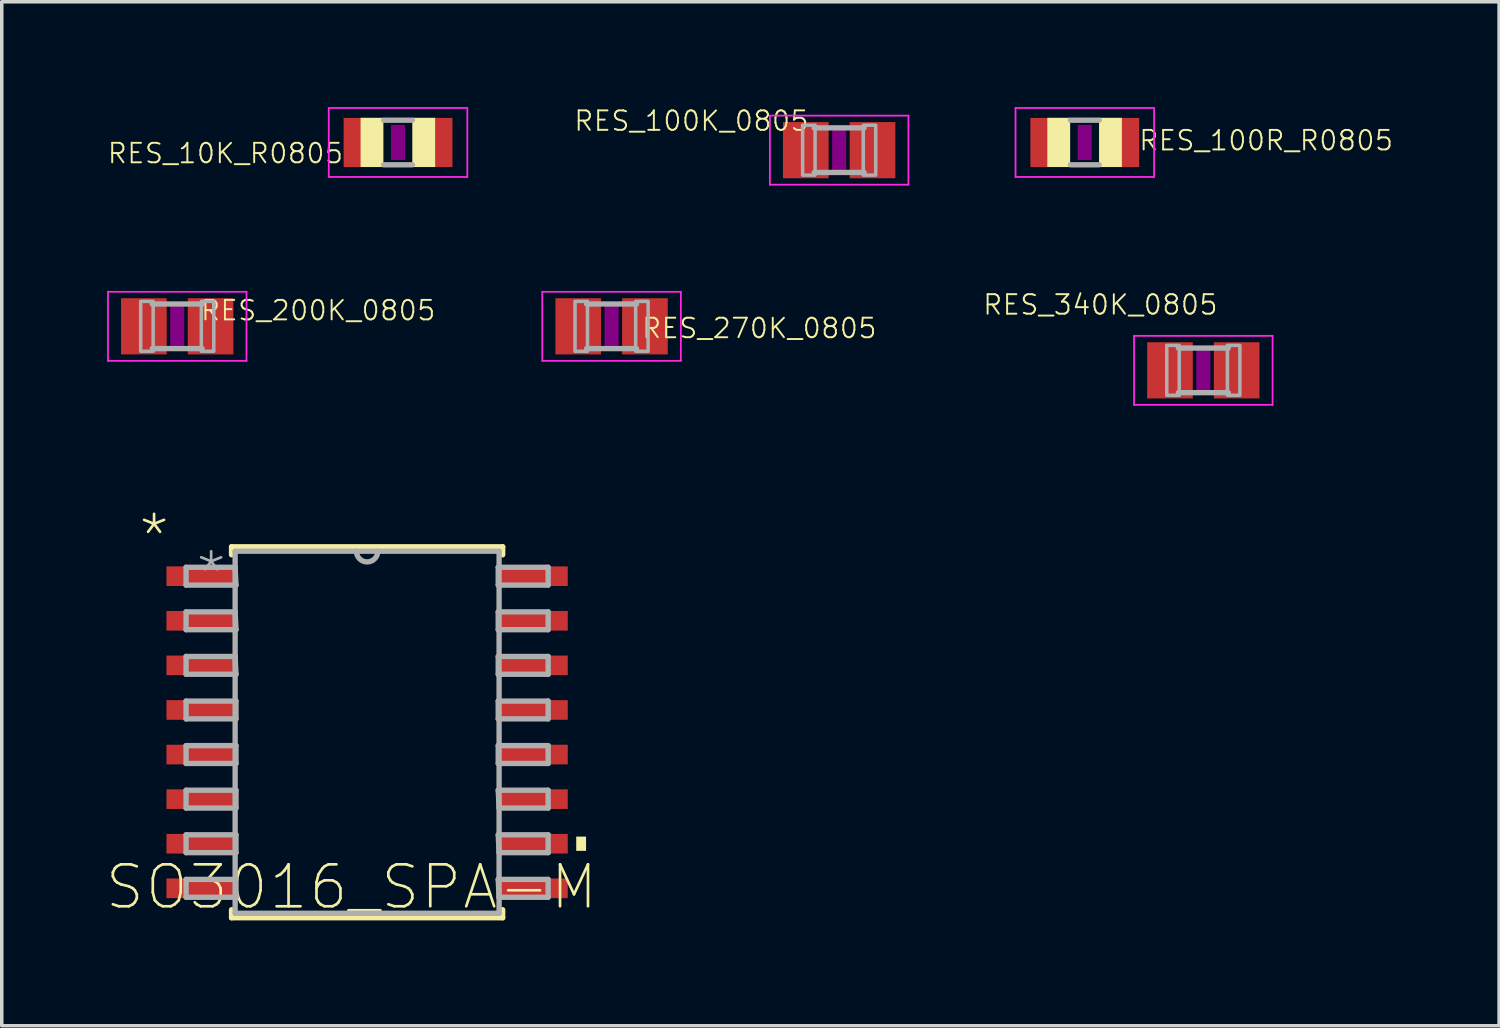
<source format=kicad_pcb>
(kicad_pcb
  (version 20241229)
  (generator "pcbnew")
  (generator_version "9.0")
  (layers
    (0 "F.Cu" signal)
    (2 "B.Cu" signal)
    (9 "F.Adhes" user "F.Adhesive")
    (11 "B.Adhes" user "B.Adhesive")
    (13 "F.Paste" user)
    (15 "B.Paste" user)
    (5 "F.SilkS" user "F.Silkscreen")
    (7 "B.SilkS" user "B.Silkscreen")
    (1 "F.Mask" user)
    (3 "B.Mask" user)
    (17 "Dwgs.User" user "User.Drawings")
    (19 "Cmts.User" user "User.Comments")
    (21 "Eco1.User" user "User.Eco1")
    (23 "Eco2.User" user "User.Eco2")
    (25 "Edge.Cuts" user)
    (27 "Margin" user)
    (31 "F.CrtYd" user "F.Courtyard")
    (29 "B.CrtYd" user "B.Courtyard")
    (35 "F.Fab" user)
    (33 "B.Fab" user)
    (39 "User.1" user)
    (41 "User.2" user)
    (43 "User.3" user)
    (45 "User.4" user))
  (footprint "RES_270K_0805"
    (layer "F.Cu")
    (at 14.369 6.244)
    (property "Reference" "RES_270K_0805" (at 0.828 0.381 0) (layer "F.SilkS") (effects (font (size 0.555 0.555) (thickness 0.055)) (justify left bottom)))
    (fp_poly (pts (xy -0.2 0.6) (xy 0.2 0.6) (xy 0.2 -0.6) (xy -0.2 -0.6)) (stroke (width 0) (type default)) (fill yes) (layer "F.Adhes"))
    (fp_line (start -1.973 -0.983) (end 1.973 -0.983) (stroke (width 0.051) (type solid)) (layer "F.CrtYd"))
    (fp_line (start -1.973 0.983) (end -1.973 -0.983) (stroke (width 0.051) (type solid)) (layer "F.CrtYd"))
    (fp_line (start 1.973 -0.983) (end 1.973 0.983) (stroke (width 0.051) (type solid)) (layer "F.CrtYd"))
    (fp_line (start 1.973 0.983) (end -1.973 0.983) (stroke (width 0.051) (type solid)) (layer "F.CrtYd"))
    (fp_line (start 0.711 -0.635) (end -0.711 -0.635) (stroke (width 0.152) (type solid)) (layer "F.Fab"))
    (fp_line (start 0.711 0.635) (end -0.711 0.635) (stroke (width 0.152) (type solid)) (layer "F.Fab"))
    (fp_poly (pts (xy -1.041 0.711) (xy -0.686 0.711) (xy -0.686 -0.711) (xy -1.041 -0.711)) (stroke (width 0.1) (type default)) (fill no) (layer "F.Fab"))
    (fp_poly (pts (xy 0.686 0.711) (xy 1.041 0.711) (xy 1.041 -0.711) (xy 0.686 -0.711)) (stroke (width 0.1) (type default)) (fill no) (layer "F.Fab"))
    (pad "1" smd rect (at -0.95 0) (size 1.3 1.6) (layers "F.Cu" "F.Mask" "F.Paste"))
    (pad "2" smd rect (at 0.95 0) (size 1.3 1.6) (layers "F.Cu" "F.Mask" "F.Paste")))
  (footprint "RES_340K_0805"
    (layer "F.Cu")
    (at 31.223 7.498)
    (property "Reference" "RES_340K_0805" (at 0.447 -1.543 0) (layer "F.SilkS") (effects (font (size 0.555 0.555) (thickness 0.055)) (justify right bottom)))
    (fp_poly (pts (xy -0.2 0.6) (xy 0.2 0.6) (xy 0.2 -0.6) (xy -0.2 -0.6)) (stroke (width 0) (type default)) (fill yes) (layer "F.Adhes"))
    (fp_line (start -1.973 -0.983) (end 1.973 -0.983) (stroke (width 0.051) (type solid)) (layer "F.CrtYd"))
    (fp_line (start -1.973 0.983) (end -1.973 -0.983) (stroke (width 0.051) (type solid)) (layer "F.CrtYd"))
    (fp_line (start 1.973 -0.983) (end 1.973 0.983) (stroke (width 0.051) (type solid)) (layer "F.CrtYd"))
    (fp_line (start 1.973 0.983) (end -1.973 0.983) (stroke (width 0.051) (type solid)) (layer "F.CrtYd"))
    (fp_line (start 0.711 -0.635) (end -0.711 -0.635) (stroke (width 0.152) (type solid)) (layer "F.Fab"))
    (fp_line (start 0.711 0.635) (end -0.711 0.635) (stroke (width 0.152) (type solid)) (layer "F.Fab"))
    (fp_poly (pts (xy -1.041 0.711) (xy -0.686 0.711) (xy -0.686 -0.711) (xy -1.041 -0.711)) (stroke (width 0.1) (type default)) (fill no) (layer "F.Fab"))
    (fp_poly (pts (xy 0.686 0.711) (xy 1.041 0.711) (xy 1.041 -0.711) (xy 0.686 -0.711)) (stroke (width 0.1) (type default)) (fill no) (layer "F.Fab"))
    (pad "1" smd rect (at -0.95 0) (size 1.3 1.6) (layers "F.Cu" "F.Mask" "F.Paste"))
    (pad "2" smd rect (at 0.95 0) (size 1.3 1.6) (layers "F.Cu" "F.Mask" "F.Paste")))
  (footprint "RES_100R_R0805"
    (layer "F.Cu")
    (at 27.847 1.008)
    (property "Reference" "RES_100R_R0805" (at 1.508 -0.381 0) (layer "F.SilkS") (effects (font (size 0.555 0.555) (thickness 0.055)) (justify left top)))
    (fp_poly (pts (xy -1.067 0.699) (xy -0.417 0.699) (xy -0.417 -0.702) (xy -1.067 -0.702)) (stroke (width 0) (type default)) (fill yes) (layer "F.SilkS"))
    (fp_poly (pts (xy 0.406 0.699) (xy 1.056 0.699) (xy 1.056 -0.702) (xy 0.406 -0.702)) (stroke (width 0) (type default)) (fill yes) (layer "F.SilkS"))
    (fp_poly (pts (xy -0.2 0.5) (xy 0.2 0.5) (xy 0.2 -0.5) (xy -0.2 -0.5)) (stroke (width 0) (type default)) (fill yes) (layer "F.Adhes"))
    (fp_line (start -1.973 -0.983) (end 1.973 -0.983) (stroke (width 0.051) (type solid)) (layer "F.CrtYd"))
    (fp_line (start -1.973 0.983) (end -1.973 -0.983) (stroke (width 0.051) (type solid)) (layer "F.CrtYd"))
    (fp_line (start 1.973 -0.983) (end 1.973 0.983) (stroke (width 0.051) (type solid)) (layer "F.CrtYd"))
    (fp_line (start 1.973 0.983) (end -1.973 0.983) (stroke (width 0.051) (type solid)) (layer "F.CrtYd"))
    (fp_line (start -0.41 -0.635) (end 0.41 -0.635) (stroke (width 0.152) (type solid)) (layer "F.Fab"))
    (fp_line (start -0.41 0.635) (end 0.41 0.635) (stroke (width 0.152) (type solid)) (layer "F.Fab"))
    (pad "1" smd rect (at -1 0) (size 1.1 1.4) (layers "F.Cu" "F.Mask" "F.Paste"))
    (pad "2" smd rect (at 1 0) (size 1.1 1.4) (layers "F.Cu" "F.Mask" "F.Paste")))
  (footprint "RES_10K_R0805"
    (layer "F.Cu")
    (at 8.287 1.008)
    (property "Reference" "RES_10K_R0805" (at -1.524 0.635 0) (layer "F.SilkS") (effects (font (size 0.555 0.555) (thickness 0.055)) (justify right bottom)))
    (fp_poly (pts (xy -1.067 0.699) (xy -0.417 0.699) (xy -0.417 -0.702) (xy -1.067 -0.702)) (stroke (width 0) (type default)) (fill yes) (layer "F.SilkS"))
    (fp_poly (pts (xy 0.406 0.699) (xy 1.056 0.699) (xy 1.056 -0.702) (xy 0.406 -0.702)) (stroke (width 0) (type default)) (fill yes) (layer "F.SilkS"))
    (fp_poly (pts (xy -0.2 0.5) (xy 0.2 0.5) (xy 0.2 -0.5) (xy -0.2 -0.5)) (stroke (width 0) (type default)) (fill yes) (layer "F.Adhes"))
    (fp_line (start -1.973 -0.983) (end 1.973 -0.983) (stroke (width 0.051) (type solid)) (layer "F.CrtYd"))
    (fp_line (start -1.973 0.983) (end -1.973 -0.983) (stroke (width 0.051) (type solid)) (layer "F.CrtYd"))
    (fp_line (start 1.973 -0.983) (end 1.973 0.983) (stroke (width 0.051) (type solid)) (layer "F.CrtYd"))
    (fp_line (start 1.973 0.983) (end -1.973 0.983) (stroke (width 0.051) (type solid)) (layer "F.CrtYd"))
    (fp_line (start -0.41 -0.635) (end 0.41 -0.635) (stroke (width 0.152) (type solid)) (layer "F.Fab"))
    (fp_line (start -0.41 0.635) (end 0.41 0.635) (stroke (width 0.152) (type solid)) (layer "F.Fab"))
    (pad "1" smd rect (at -1 0) (size 1.1 1.4) (layers "F.Cu" "F.Mask" "F.Paste"))
    (pad "2" smd rect (at 1 0) (size 1.1 1.4) (layers "F.Cu" "F.Mask" "F.Paste")))
  (footprint "SO3016_SPA-M"
    (layer "F.Cu")
    (at 7.406 17.806)
    (property "Reference" "SO3016_SPA-M" (at 6.625 5.106 0) (layer "F.SilkS") (effects (font (size 1.194 1.194) (thickness 0.076)) (justify right bottom)))
    (fp_line (start -3.861 -5.283) (end -3.861 -5.055) (stroke (width 0.152) (type solid)) (layer "F.SilkS"))
    (fp_line (start -3.861 5.055) (end -3.861 5.283) (stroke (width 0.152) (type solid)) (layer "F.SilkS"))
    (fp_line (start -3.861 5.283) (end 3.861 5.283) (stroke (width 0.152) (type solid)) (layer "F.SilkS"))
    (fp_line (start 3.861 -5.283) (end -3.861 -5.283) (stroke (width 0.152) (type solid)) (layer "F.SilkS"))
    (fp_line (start 3.861 -5.055) (end 3.861 -5.283) (stroke (width 0.152) (type solid)) (layer "F.SilkS"))
    (fp_line (start 3.861 5.283) (end 3.861 5.055) (stroke (width 0.152) (type solid)) (layer "F.SilkS"))
    (fp_poly (pts (xy 6.236 3.378) (xy 5.956 3.378) (xy 5.956 2.972) (xy 6.236 2.972)) (stroke (width 0) (type default)) (fill yes) (layer "F.SilkS"))
    (fp_line (start -5.156 -4.699) (end -5.156 -4.191) (stroke (width 0.152) (type solid)) (layer "F.Fab"))
    (fp_line (start -5.156 -4.191) (end -3.734 -4.191) (stroke (width 0.152) (type solid)) (layer "F.Fab"))
    (fp_line (start -5.156 -3.429) (end -5.156 -2.921) (stroke (width 0.152) (type solid)) (layer "F.Fab"))
    (fp_line (start -5.156 -2.921) (end -3.734 -2.921) (stroke (width 0.152) (type solid)) (layer "F.Fab"))
    (fp_line (start -5.156 -2.159) (end -5.156 -1.651) (stroke (width 0.152) (type solid)) (layer "F.Fab"))
    (fp_line (start -5.156 -1.651) (end -3.734 -1.651) (stroke (width 0.152) (type solid)) (layer "F.Fab"))
    (fp_line (start -5.156 -0.889) (end -5.156 -0.381) (stroke (width 0.152) (type solid)) (layer "F.Fab"))
    (fp_line (start -5.156 -0.381) (end -3.734 -0.381) (stroke (width 0.152) (type solid)) (layer "F.Fab"))
    (fp_line (start -5.156 0.381) (end -5.156 0.889) (stroke (width 0.152) (type solid)) (layer "F.Fab"))
    (fp_line (start -5.156 0.889) (end -3.734 0.889) (stroke (width 0.152) (type solid)) (layer "F.Fab"))
    (fp_line (start -5.156 1.651) (end -5.156 2.159) (stroke (width 0.152) (type solid)) (layer "F.Fab"))
    (fp_line (start -5.156 2.159) (end -3.734 2.159) (stroke (width 0.152) (type solid)) (layer "F.Fab"))
    (fp_line (start -5.156 2.921) (end -5.156 3.429) (stroke (width 0.152) (type solid)) (layer "F.Fab"))
    (fp_line (start -5.156 3.429) (end -3.734 3.429) (stroke (width 0.152) (type solid)) (layer "F.Fab"))
    (fp_line (start -5.156 4.191) (end -5.156 4.699) (stroke (width 0.152) (type solid)) (layer "F.Fab"))
    (fp_line (start -5.156 4.699) (end -3.734 4.699) (stroke (width 0.152) (type solid)) (layer "F.Fab"))
    (fp_line (start -3.759 -5.156) (end -3.759 5.156) (stroke (width 0.152) (type solid)) (layer "F.Fab"))
    (fp_line (start -3.759 -4.699) (end -5.156 -4.699) (stroke (width 0.152) (type solid)) (layer "F.Fab"))
    (fp_line (start -3.759 -3.429) (end -5.156 -3.429) (stroke (width 0.152) (type solid)) (layer "F.Fab"))
    (fp_line (start -3.759 -2.159) (end -5.156 -2.159) (stroke (width 0.152) (type solid)) (layer "F.Fab"))
    (fp_line (start -3.759 5.156) (end 3.759 5.156) (stroke (width 0.152) (type solid)) (layer "F.Fab"))
    (fp_line (start -3.734 -4.191) (end -3.759 -4.699) (stroke (width 0.152) (type solid)) (layer "F.Fab"))
    (fp_line (start -3.734 -2.921) (end -3.759 -3.429) (stroke (width 0.152) (type solid)) (layer "F.Fab"))
    (fp_line (start -3.734 -1.651) (end -3.759 -2.159) (stroke (width 0.152) (type solid)) (layer "F.Fab"))
    (fp_line (start -3.734 -0.889) (end -5.156 -0.889) (stroke (width 0.152) (type solid)) (layer "F.Fab"))
    (fp_line (start -3.734 -0.381) (end -3.734 -0.889) (stroke (width 0.152) (type solid)) (layer "F.Fab"))
    (fp_line (start -3.734 0.381) (end -5.156 0.381) (stroke (width 0.152) (type solid)) (layer "F.Fab"))
    (fp_line (start -3.734 0.889) (end -3.734 0.381) (stroke (width 0.152) (type solid)) (layer "F.Fab"))
    (fp_line (start -3.734 1.651) (end -5.156 1.651) (stroke (width 0.152) (type solid)) (layer "F.Fab"))
    (fp_line (start -3.734 2.159) (end -3.734 1.651) (stroke (width 0.152) (type solid)) (layer "F.Fab"))
    (fp_line (start -3.734 2.921) (end -5.156 2.921) (stroke (width 0.152) (type solid)) (layer "F.Fab"))
    (fp_line (start -3.734 3.429) (end -3.734 2.921) (stroke (width 0.152) (type solid)) (layer "F.Fab"))
    (fp_line (start -3.734 4.191) (end -5.156 4.191) (stroke (width 0.152) (type solid)) (layer "F.Fab"))
    (fp_line (start -3.734 4.699) (end -3.734 4.191) (stroke (width 0.152) (type solid)) (layer "F.Fab"))
    (fp_line (start -0.305 -5.156) (end -3.759 -5.156) (stroke (width 0.152) (type solid)) (layer "F.Fab"))
    (fp_line (start 0.305 -5.156) (end -0.305 -5.156) (stroke (width 0.152) (type solid)) (layer "F.Fab"))
    (fp_line (start 3.734 -4.699) (end 3.734 -4.191) (stroke (width 0.152) (type solid)) (layer "F.Fab"))
    (fp_line (start 3.734 -4.191) (end 5.156 -4.191) (stroke (width 0.152) (type solid)) (layer "F.Fab"))
    (fp_line (start 3.734 -3.429) (end 3.734 -2.921) (stroke (width 0.152) (type solid)) (layer "F.Fab"))
    (fp_line (start 3.734 -2.921) (end 5.156 -2.921) (stroke (width 0.152) (type solid)) (layer "F.Fab"))
    (fp_line (start 3.734 -2.159) (end 3.734 -1.651) (stroke (width 0.152) (type solid)) (layer "F.Fab"))
    (fp_line (start 3.734 -1.651) (end 5.156 -1.651) (stroke (width 0.152) (type solid)) (layer "F.Fab"))
    (fp_line (start 3.734 -0.889) (end 3.734 -0.381) (stroke (width 0.152) (type solid)) (layer "F.Fab"))
    (fp_line (start 3.734 -0.381) (end 5.156 -0.381) (stroke (width 0.152) (type solid)) (layer "F.Fab"))
    (fp_line (start 3.734 0.381) (end 3.734 0.889) (stroke (width 0.152) (type solid)) (layer "F.Fab"))
    (fp_line (start 3.734 0.889) (end 5.156 0.889) (stroke (width 0.152) (type solid)) (layer "F.Fab"))
    (fp_line (start 3.734 1.651) (end 3.759 2.159) (stroke (width 0.152) (type solid)) (layer "F.Fab"))
    (fp_line (start 3.734 2.921) (end 3.759 3.429) (stroke (width 0.152) (type solid)) (layer "F.Fab"))
    (fp_line (start 3.734 4.191) (end 3.759 4.699) (stroke (width 0.152) (type solid)) (layer "F.Fab"))
    (fp_line (start 3.759 -5.156) (end 0.305 -5.156) (stroke (width 0.152) (type solid)) (layer "F.Fab"))
    (fp_line (start 3.759 2.159) (end 5.156 2.159) (stroke (width 0.152) (type solid)) (layer "F.Fab"))
    (fp_line (start 3.759 3.429) (end 5.156 3.429) (stroke (width 0.152) (type solid)) (layer "F.Fab"))
    (fp_line (start 3.759 4.699) (end 5.156 4.699) (stroke (width 0.152) (type solid)) (layer "F.Fab"))
    (fp_line (start 3.759 5.156) (end 3.759 -5.156) (stroke (width 0.152) (type solid)) (layer "F.Fab"))
    (fp_line (start 5.156 -4.699) (end 3.734 -4.699) (stroke (width 0.152) (type solid)) (layer "F.Fab"))
    (fp_line (start 5.156 -4.191) (end 5.156 -4.699) (stroke (width 0.152) (type solid)) (layer "F.Fab"))
    (fp_line (start 5.156 -3.429) (end 3.734 -3.429) (stroke (width 0.152) (type solid)) (layer "F.Fab"))
    (fp_line (start 5.156 -2.921) (end 5.156 -3.429) (stroke (width 0.152) (type solid)) (layer "F.Fab"))
    (fp_line (start 5.156 -2.159) (end 3.734 -2.159) (stroke (width 0.152) (type solid)) (layer "F.Fab"))
    (fp_line (start 5.156 -1.651) (end 5.156 -2.159) (stroke (width 0.152) (type solid)) (layer "F.Fab"))
    (fp_line (start 5.156 -0.889) (end 3.734 -0.889) (stroke (width 0.152) (type solid)) (layer "F.Fab"))
    (fp_line (start 5.156 -0.381) (end 5.156 -0.889) (stroke (width 0.152) (type solid)) (layer "F.Fab"))
    (fp_line (start 5.156 0.381) (end 3.734 0.381) (stroke (width 0.152) (type solid)) (layer "F.Fab"))
    (fp_line (start 5.156 0.889) (end 5.156 0.381) (stroke (width 0.152) (type solid)) (layer "F.Fab"))
    (fp_line (start 5.156 1.651) (end 3.734 1.651) (stroke (width 0.152) (type solid)) (layer "F.Fab"))
    (fp_line (start 5.156 2.159) (end 5.156 1.651) (stroke (width 0.152) (type solid)) (layer "F.Fab"))
    (fp_line (start 5.156 2.921) (end 3.734 2.921) (stroke (width 0.152) (type solid)) (layer "F.Fab"))
    (fp_line (start 5.156 3.429) (end 5.156 2.921) (stroke (width 0.152) (type solid)) (layer "F.Fab"))
    (fp_line (start 5.156 4.191) (end 3.734 4.191) (stroke (width 0.152) (type solid)) (layer "F.Fab"))
    (fp_line (start 5.156 4.699) (end 5.156 4.191) (stroke (width 0.152) (type solid)) (layer "F.Fab"))
    (fp_arc (start 0.3048 -5.1562) (mid 0 -4.8514) (end -0.3048 -5.1562) (stroke (width 0.1524) (type solid)) (layer "F.Fab"))
    (fp_text user "*" (at -5.563 -4.877 0) (layer "F.SilkS") (effects (font (size 1.194 1.194) (thickness 0.076)) (justify right bottom)))
    (fp_text user "*" (at -3.937 -3.81 0) (layer "F.Fab") (effects (font (size 1.194 1.194) (thickness 0.076)) (justify right bottom)))
    (pad "1" smd rect (at -4.731 -4.445 180) (size 1.968 0.559) (layers "F.Cu" "F.Mask" "F.Paste"))
    (pad "2" smd rect (at -4.731 -3.175 180) (size 1.968 0.559) (layers "F.Cu" "F.Mask" "F.Paste"))
    (pad "3" smd rect (at -4.731 -1.905 180) (size 1.968 0.559) (layers "F.Cu" "F.Mask" "F.Paste"))
    (pad "4" smd rect (at -4.731 -0.635 180) (size 1.968 0.559) (layers "F.Cu" "F.Mask" "F.Paste"))
    (pad "5" smd rect (at -4.731 0.635 180) (size 1.968 0.559) (layers "F.Cu" "F.Mask" "F.Paste"))
    (pad "6" smd rect (at -4.731 1.905 180) (size 1.968 0.559) (layers "F.Cu" "F.Mask" "F.Paste"))
    (pad "7" smd rect (at -4.731 3.175 180) (size 1.968 0.559) (layers "F.Cu" "F.Mask" "F.Paste"))
    (pad "8" smd rect (at -4.731 4.445 180) (size 1.968 0.559) (layers "F.Cu" "F.Mask" "F.Paste"))
    (pad "9" smd rect (at 4.731 4.445 180) (size 1.968 0.559) (layers "F.Cu" "F.Mask" "F.Paste"))
    (pad "10" smd rect (at 4.731 3.175 180) (size 1.968 0.559) (layers "F.Cu" "F.Mask" "F.Paste"))
    (pad "11" smd rect (at 4.731 1.905 180) (size 1.968 0.559) (layers "F.Cu" "F.Mask" "F.Paste"))
    (pad "12" smd rect (at 4.731 0.635 180) (size 1.968 0.559) (layers "F.Cu" "F.Mask" "F.Paste"))
    (pad "13" smd rect (at 4.731 -0.635 180) (size 1.968 0.559) (layers "F.Cu" "F.Mask" "F.Paste"))
    (pad "14" smd rect (at 4.731 -1.905 180) (size 1.968 0.559) (layers "F.Cu" "F.Mask" "F.Paste"))
    (pad "15" smd rect (at 4.731 -3.175 180) (size 1.968 0.559) (layers "F.Cu" "F.Mask" "F.Paste"))
    (pad "16" smd rect (at 4.731 -4.445 180) (size 1.968 0.559) (layers "F.Cu" "F.Mask" "F.Paste")))
  (footprint "RES_100K_0805"
    (layer "F.Cu")
    (at 20.851 1.227)
    (property "Reference" "RES_100K_0805" (at -0.828 -0.508 0) (layer "F.SilkS") (effects (font (size 0.555 0.555) (thickness 0.055)) (justify right bottom)))
    (fp_poly (pts (xy -0.2 0.6) (xy 0.2 0.6) (xy 0.2 -0.6) (xy -0.2 -0.6)) (stroke (width 0) (type default)) (fill yes) (layer "F.Adhes"))
    (fp_line (start -1.973 -0.983) (end 1.973 -0.983) (stroke (width 0.051) (type solid)) (layer "F.CrtYd"))
    (fp_line (start -1.973 0.983) (end -1.973 -0.983) (stroke (width 0.051) (type solid)) (layer "F.CrtYd"))
    (fp_line (start 1.973 -0.983) (end 1.973 0.983) (stroke (width 0.051) (type solid)) (layer "F.CrtYd"))
    (fp_line (start 1.973 0.983) (end -1.973 0.983) (stroke (width 0.051) (type solid)) (layer "F.CrtYd"))
    (fp_line (start 0.711 -0.635) (end -0.711 -0.635) (stroke (width 0.152) (type solid)) (layer "F.Fab"))
    (fp_line (start 0.711 0.635) (end -0.711 0.635) (stroke (width 0.152) (type solid)) (layer "F.Fab"))
    (fp_poly (pts (xy -1.041 0.711) (xy -0.686 0.711) (xy -0.686 -0.711) (xy -1.041 -0.711)) (stroke (width 0.1) (type default)) (fill no) (layer "F.Fab"))
    (fp_poly (pts (xy 0.686 0.711) (xy 1.041 0.711) (xy 1.041 -0.711) (xy 0.686 -0.711)) (stroke (width 0.1) (type default)) (fill no) (layer "F.Fab"))
    (pad "1" smd rect (at -0.95 0) (size 1.3 1.6) (layers "F.Cu" "F.Mask" "F.Paste"))
    (pad "2" smd rect (at 0.95 0) (size 1.3 1.6) (layers "F.Cu" "F.Mask" "F.Paste")))
  (footprint "RES_200K_0805"
    (layer "F.Cu")
    (at 1.998 6.244)
    (property "Reference" "RES_200K_0805" (at 0.635 -0.127 0) (layer "F.SilkS") (effects (font (size 0.555 0.555) (thickness 0.055)) (justify left bottom)))
    (fp_poly (pts (xy -0.2 0.6) (xy 0.2 0.6) (xy 0.2 -0.6) (xy -0.2 -0.6)) (stroke (width 0) (type default)) (fill yes) (layer "F.Adhes"))
    (fp_line (start -1.973 -0.983) (end 1.973 -0.983) (stroke (width 0.051) (type solid)) (layer "F.CrtYd"))
    (fp_line (start -1.973 0.983) (end -1.973 -0.983) (stroke (width 0.051) (type solid)) (layer "F.CrtYd"))
    (fp_line (start 1.973 -0.983) (end 1.973 0.983) (stroke (width 0.051) (type solid)) (layer "F.CrtYd"))
    (fp_line (start 1.973 0.983) (end -1.973 0.983) (stroke (width 0.051) (type solid)) (layer "F.CrtYd"))
    (fp_line (start 0.711 -0.635) (end -0.711 -0.635) (stroke (width 0.152) (type solid)) (layer "F.Fab"))
    (fp_line (start 0.711 0.635) (end -0.711 0.635) (stroke (width 0.152) (type solid)) (layer "F.Fab"))
    (fp_poly (pts (xy -1.041 0.711) (xy -0.686 0.711) (xy -0.686 -0.711) (xy -1.041 -0.711)) (stroke (width 0.1) (type default)) (fill no) (layer "F.Fab"))
    (fp_poly (pts (xy 0.686 0.711) (xy 1.041 0.711) (xy 1.041 -0.711) (xy 0.686 -0.711)) (stroke (width 0.1) (type default)) (fill no) (layer "F.Fab"))
    (pad "1" smd rect (at -0.95 0) (size 1.3 1.6) (layers "F.Cu" "F.Mask" "F.Paste"))
    (pad "2" smd rect (at 0.95 0) (size 1.3 1.6) (layers "F.Cu" "F.Mask" "F.Paste")))
  (gr_rect
    (start -3 -3)
    (end 39.647 26.165)
    (stroke (width 0.1) (type default))
    (fill no)
    (layer "Edge.Cuts")))
</source>
